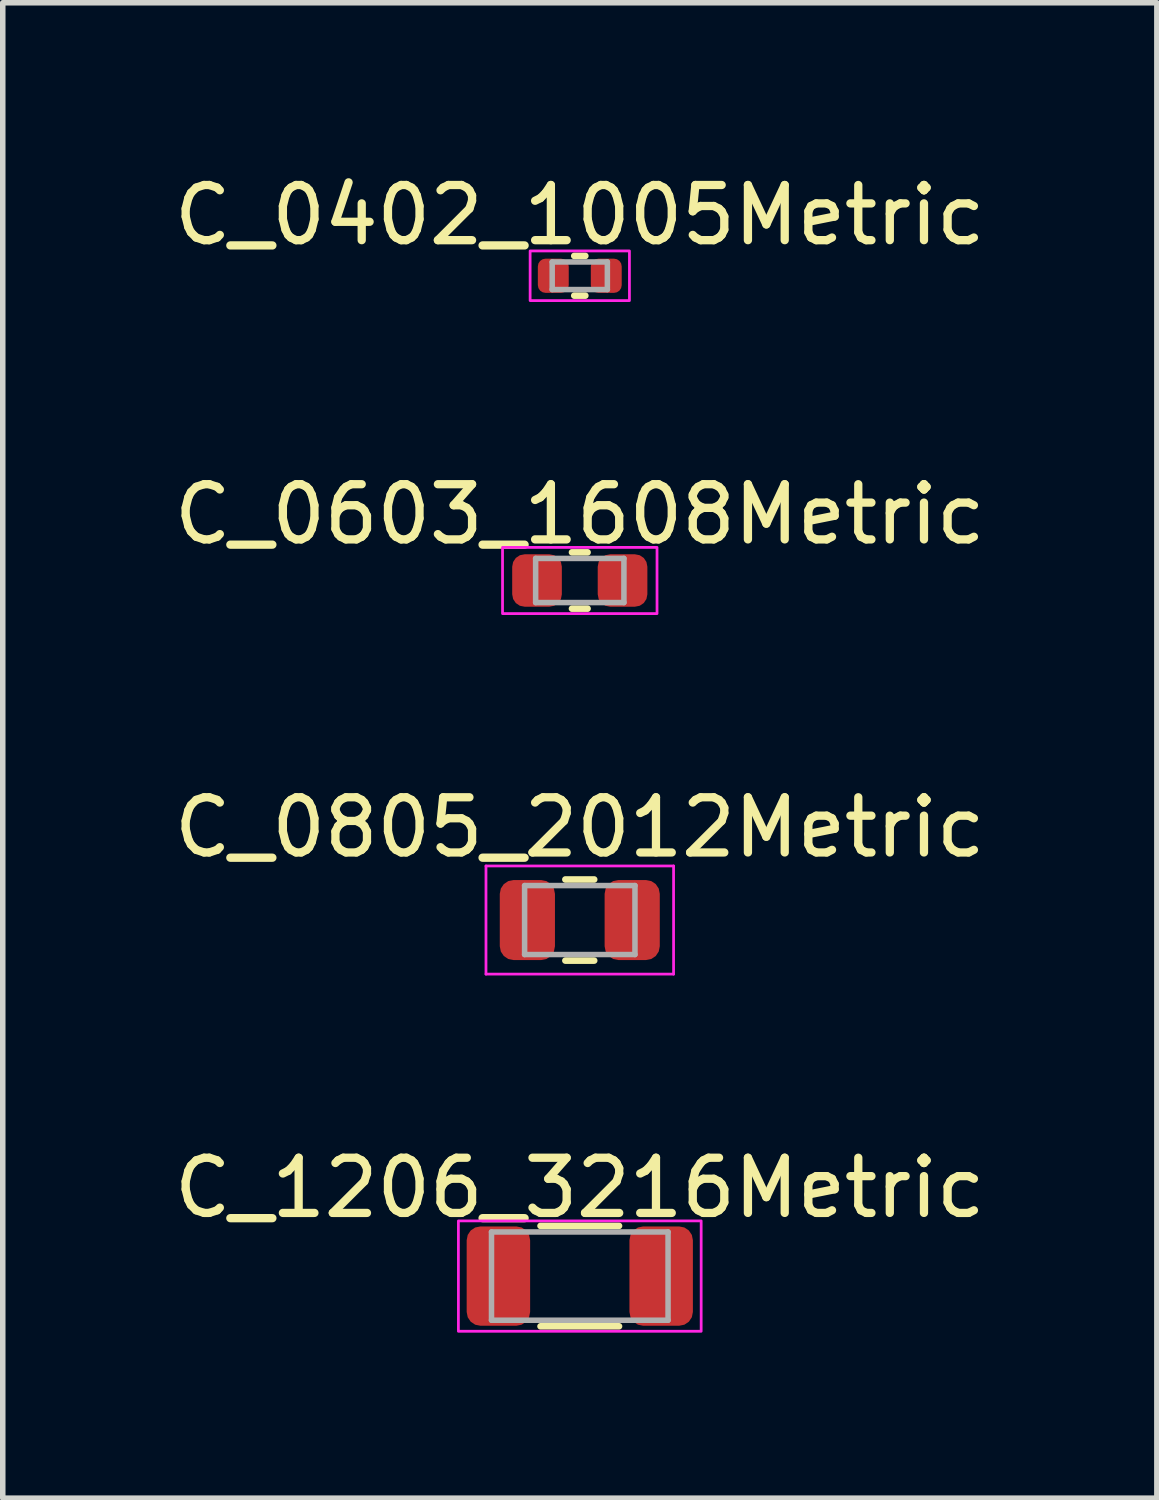
<source format=kicad_pcb>
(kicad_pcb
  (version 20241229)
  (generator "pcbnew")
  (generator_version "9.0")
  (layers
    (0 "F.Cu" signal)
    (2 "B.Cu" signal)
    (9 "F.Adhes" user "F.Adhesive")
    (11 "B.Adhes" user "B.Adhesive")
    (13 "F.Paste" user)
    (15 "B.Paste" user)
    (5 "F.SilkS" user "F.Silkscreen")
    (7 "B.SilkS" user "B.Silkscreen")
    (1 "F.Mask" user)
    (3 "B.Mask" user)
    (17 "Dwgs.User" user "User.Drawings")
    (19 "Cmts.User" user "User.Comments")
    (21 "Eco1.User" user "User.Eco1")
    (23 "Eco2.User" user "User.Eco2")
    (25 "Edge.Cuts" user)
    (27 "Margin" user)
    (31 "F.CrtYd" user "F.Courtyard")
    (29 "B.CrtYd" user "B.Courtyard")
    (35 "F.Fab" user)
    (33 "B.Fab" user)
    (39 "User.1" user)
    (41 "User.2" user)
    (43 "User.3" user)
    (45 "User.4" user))
  (footprint "C_1206_3216Metric"
    (layer "F.Cu")
    (at 7.458 20.078)
    (property "Reference" "C_1206_3216Metric" (at 0 -1.6 0) (layer "F.SilkS") (effects (font (size 1 1) (thickness 0.15))))
    (attr smd)
    (fp_line (start -0.711 -0.91) (end 0.711 -0.91) (stroke (width 0.12) (type solid)) (layer "F.SilkS"))
    (fp_line (start -0.711 0.91) (end 0.711 0.91) (stroke (width 0.12) (type solid)) (layer "F.SilkS"))
    (fp_rect (start -2.2 -1) (end 2.2 1) (stroke (width 0.05) (type default)) (fill no) (layer "F.CrtYd"))
    (fp_line (start -1.6 -0.8) (end 1.6 -0.8) (stroke (width 0.1) (type solid)) (layer "F.Fab"))
    (fp_line (start -1.6 0.8) (end -1.6 -0.8) (stroke (width 0.1) (type solid)) (layer "F.Fab"))
    (fp_line (start 1.6 -0.8) (end 1.6 0.8) (stroke (width 0.1) (type solid)) (layer "F.Fab"))
    (fp_line (start 1.6 0.8) (end -1.6 0.8) (stroke (width 0.1) (type solid)) (layer "F.Fab"))
    (pad "1" smd roundrect (at -1.475 0) (size 1.15 1.8) (layers "F.Cu" "F.Mask" "F.Paste") (roundrect_rratio 0.217))
    (pad "2" smd roundrect (at 1.475 0) (size 1.15 1.8) (layers "F.Cu" "F.Mask" "F.Paste") (roundrect_rratio 0.217)))
  (footprint "C_0402_1005Metric"
    (layer "F.Cu")
    (at 7.458 1.948)
    (property "Reference" "C_0402_1005Metric" (at 0 -1.1 0) (layer "F.SilkS") (effects (font (size 1 1) (thickness 0.15))))
    (attr smd)
    (fp_line (start -0.1 -0.36) (end 0.1 -0.36) (stroke (width 0.12) (type solid)) (layer "F.SilkS"))
    (fp_line (start -0.1 0.36) (end 0.1 0.36) (stroke (width 0.12) (type solid)) (layer "F.SilkS"))
    (fp_rect (start -0.9 -0.45) (end 0.9 0.45) (stroke (width 0.05) (type default)) (fill no) (layer "F.CrtYd"))
    (fp_line (start -0.5 -0.25) (end 0.5 -0.25) (stroke (width 0.1) (type solid)) (layer "F.Fab"))
    (fp_line (start -0.5 0.25) (end -0.5 -0.25) (stroke (width 0.1) (type solid)) (layer "F.Fab"))
    (fp_line (start 0.5 -0.25) (end 0.5 0.25) (stroke (width 0.1) (type solid)) (layer "F.Fab"))
    (fp_line (start 0.5 0.25) (end -0.5 0.25) (stroke (width 0.1) (type solid)) (layer "F.Fab"))
    (pad "1" smd roundrect (at -0.48 0) (size 0.56 0.62) (layers "F.Cu" "F.Mask" "F.Paste") (roundrect_rratio 0.25))
    (pad "2" smd roundrect (at 0.48 0) (size 0.56 0.62) (layers "F.Cu" "F.Mask" "F.Paste") (roundrect_rratio 0.25)))
  (footprint "C_0805_2012Metric"
    (layer "F.Cu")
    (at 7.458 13.625)
    (property "Reference" "C_0805_2012Metric" (at 0 -1.68 0) (layer "F.SilkS") (effects (font (size 1 1) (thickness 0.15))))
    (attr smd)
    (fp_line (start -0.261 -0.735) (end 0.261 -0.735) (stroke (width 0.12) (type solid)) (layer "F.SilkS"))
    (fp_line (start -0.261 0.735) (end 0.261 0.735) (stroke (width 0.12) (type solid)) (layer "F.SilkS"))
    (fp_line (start -1.7 -0.98) (end 1.7 -0.98) (stroke (width 0.05) (type solid)) (layer "F.CrtYd"))
    (fp_line (start -1.7 0.98) (end -1.7 -0.98) (stroke (width 0.05) (type solid)) (layer "F.CrtYd"))
    (fp_line (start 1.7 -0.98) (end 1.7 0.98) (stroke (width 0.05) (type solid)) (layer "F.CrtYd"))
    (fp_line (start 1.7 0.98) (end -1.7 0.98) (stroke (width 0.05) (type solid)) (layer "F.CrtYd"))
    (fp_line (start -1 -0.625) (end 1 -0.625) (stroke (width 0.1) (type solid)) (layer "F.Fab"))
    (fp_line (start -1 0.625) (end -1 -0.625) (stroke (width 0.1) (type solid)) (layer "F.Fab"))
    (fp_line (start 1 -0.625) (end 1 0.625) (stroke (width 0.1) (type solid)) (layer "F.Fab"))
    (fp_line (start 1 0.625) (end -1 0.625) (stroke (width 0.1) (type solid)) (layer "F.Fab"))
    (pad "1" smd roundrect (at -0.95 0) (size 1 1.45) (layers "F.Cu" "F.Mask" "F.Paste") (roundrect_rratio 0.25))
    (pad "2" smd roundrect (at 0.95 0) (size 1 1.45) (layers "F.Cu" "F.Mask" "F.Paste") (roundrect_rratio 0.25)))
  (footprint "C_0603_1608Metric"
    (layer "F.Cu")
    (at 7.458 7.471)
    (property "Reference" "C_0603_1608Metric" (at 0 -1.2 0) (layer "F.SilkS") (effects (font (size 1 1) (thickness 0.15))))
    (attr smd)
    (fp_line (start -0.141 -0.51) (end 0.141 -0.51) (stroke (width 0.12) (type solid)) (layer "F.SilkS"))
    (fp_line (start -0.141 0.51) (end 0.141 0.51) (stroke (width 0.12) (type solid)) (layer "F.SilkS"))
    (fp_rect (start -1.4 -0.6) (end 1.4 0.6) (stroke (width 0.05) (type default)) (fill no) (layer "F.CrtYd"))
    (fp_line (start -0.8 -0.4) (end 0.8 -0.4) (stroke (width 0.1) (type solid)) (layer "F.Fab"))
    (fp_line (start -0.8 0.4) (end -0.8 -0.4) (stroke (width 0.1) (type solid)) (layer "F.Fab"))
    (fp_line (start 0.8 -0.4) (end 0.8 0.4) (stroke (width 0.1) (type solid)) (layer "F.Fab"))
    (fp_line (start 0.8 0.4) (end -0.8 0.4) (stroke (width 0.1) (type solid)) (layer "F.Fab"))
    (pad "1" smd roundrect (at -0.775 0) (size 0.9 0.95) (layers "F.Cu" "F.Mask" "F.Paste") (roundrect_rratio 0.25))
    (pad "2" smd roundrect (at 0.775 0) (size 0.9 0.95) (layers "F.Cu" "F.Mask" "F.Paste") (roundrect_rratio 0.25)))
  (gr_rect
    (start -3 -3)
    (end 17.917 24.103)
    (stroke (width 0.1) (type default))
    (fill no)
    (layer "Edge.Cuts")))
</source>
